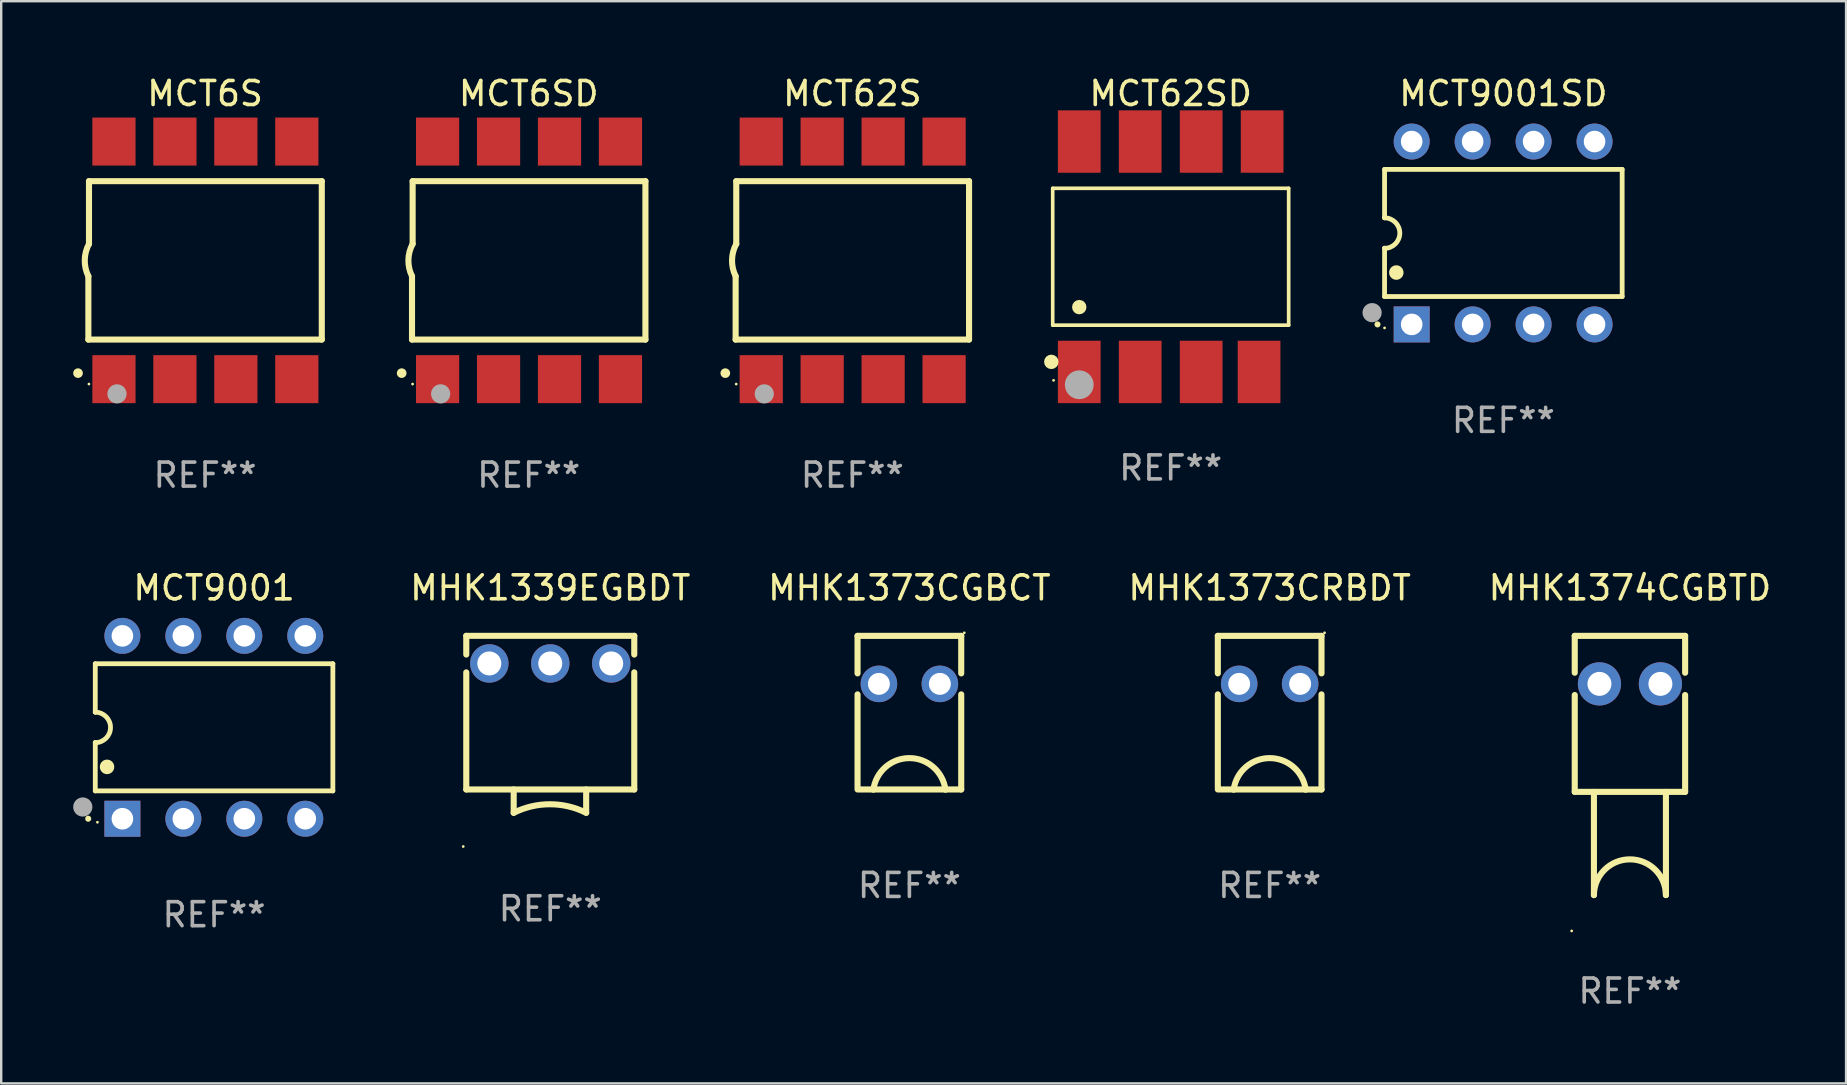
<source format=kicad_pcb>
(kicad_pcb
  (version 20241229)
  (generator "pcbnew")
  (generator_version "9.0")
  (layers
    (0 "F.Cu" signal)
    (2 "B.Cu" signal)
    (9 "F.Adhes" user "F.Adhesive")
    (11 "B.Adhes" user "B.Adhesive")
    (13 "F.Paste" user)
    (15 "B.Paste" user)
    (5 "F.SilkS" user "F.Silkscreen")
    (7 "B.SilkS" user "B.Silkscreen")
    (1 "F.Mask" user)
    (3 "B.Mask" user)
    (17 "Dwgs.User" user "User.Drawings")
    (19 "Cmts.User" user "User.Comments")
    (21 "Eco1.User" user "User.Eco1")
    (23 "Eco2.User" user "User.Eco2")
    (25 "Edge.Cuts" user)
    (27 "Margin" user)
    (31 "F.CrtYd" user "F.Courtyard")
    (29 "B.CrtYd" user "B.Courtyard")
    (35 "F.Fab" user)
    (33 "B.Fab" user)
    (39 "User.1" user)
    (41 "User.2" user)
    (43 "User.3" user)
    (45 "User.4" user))
  (footprint "MCT9001"
    (layer "F.Cu")
    (at 5.87 27.256)
    (property "Reference" "MCT9001" (at 0 -5.81 0) (layer "F.SilkS") (effects (font (size 1 1) (thickness 0.15))))
    (attr through_hole)
    (fp_line (start -4.95 -2.649) (end 4.95 -2.649) (stroke (width 0.2) (type solid)) (layer "F.SilkS"))
    (fp_line (start -4.95 -0.635) (end -4.95 -2.649) (stroke (width 0.2) (type solid)) (layer "F.SilkS"))
    (fp_line (start -4.95 0.635) (end -4.95 0.64) (stroke (width 0.2) (type solid)) (layer "F.SilkS"))
    (fp_line (start -4.95 2.649) (end -4.95 0.635) (stroke (width 0.2) (type solid)) (layer "F.SilkS"))
    (fp_line (start -4.95 -0.64) (end -4.95 -0.635) (stroke (width 0.2) (type solid)) (layer "F.SilkS"))
    (fp_line (start 4.95 -2.649) (end 4.95 2.649) (stroke (width 0.2) (type solid)) (layer "F.SilkS"))
    (fp_line (start 4.95 2.649) (end -4.95 2.649) (stroke (width 0.2) (type solid)) (layer "F.SilkS"))
    (fp_arc (start -5.24511 3.810058) (mid -5.245117 3.808788) (end -5.24511 3.807518) (stroke (width 0.25) (type solid)) (layer "F.SilkS"))
    (fp_arc (start -4.950165 -0.629946) (mid -4.315164 0.005055) (end -4.950165 0.640056) (stroke (width 0.2) (type solid)) (layer "F.SilkS"))
    (fp_arc (start -4.460249 1.651054) (mid -4.46026 1.648514) (end -4.460249 1.645974) (stroke (width 0.6) (type solid)) (layer "F.SilkS"))
    (fp_circle (center -4.86 3.956) (end -4.83 3.956) (stroke (width 0.06) (type solid)) (fill no) (layer "F.SilkS"))
    (fp_circle (center -5.47 3.32) (end -5.27 3.32) (stroke (width 0.4) (type solid)) (fill no) (layer "F.Fab"))
    (fp_text user "REF**" (at 0 7.81 0) (layer "F.Fab") (effects (font (size 1 1) (thickness 0.15))))
    (pad "1" thru_hole rect (at -3.82 3.81) (size 1.5 1.5) (drill 0.9) (layers "*.Cu" "*.Mask"))
    (pad "2" thru_hole circle (at -1.28 3.81) (size 1.5 1.5) (drill 0.9) (layers "*.Cu" "*.Mask"))
    (pad "3" thru_hole circle (at 1.26 3.81) (size 1.5 1.5) (drill 0.9) (layers "*.Cu" "*.Mask"))
    (pad "4" thru_hole circle (at 3.8 3.81) (size 1.5 1.5) (drill 0.9) (layers "*.Cu" "*.Mask"))
    (pad "5" thru_hole circle (at 3.8 -3.81) (size 1.5 1.5) (drill 0.9) (layers "*.Cu" "*.Mask"))
    (pad "6" thru_hole circle (at 1.26 -3.81) (size 1.5 1.5) (drill 0.9) (layers "*.Cu" "*.Mask"))
    (pad "7" thru_hole circle (at -1.28 -3.81) (size 1.5 1.5) (drill 0.9) (layers "*.Cu" "*.Mask"))
    (pad "8" thru_hole circle (at -3.82 -3.81) (size 1.5 1.5) (drill 0.9) (layers "*.Cu" "*.Mask")))
  (footprint "MCT6S"
    (layer "F.Cu")
    (at 5.495 7.799)
    (property "Reference" "MCT6S" (at 0 -6.95 0) (layer "F.SilkS") (effects (font (size 1 1) (thickness 0.15))))
    (attr through_hole)
    (fp_line (start -4.863 3.3) (end -4.863 0.66) (stroke (width 0.254) (type solid)) (layer "F.SilkS"))
    (fp_line (start -4.837 -3.3) (end -4.837 -0.686) (stroke (width 0.254) (type solid)) (layer "F.SilkS"))
    (fp_line (start -4.837 -3.3) (end 4.863 -3.3) (stroke (width 0.254) (type solid)) (layer "F.SilkS"))
    (fp_line (start 4.863 -3.3) (end 4.863 3.3) (stroke (width 0.254) (type solid)) (layer "F.SilkS"))
    (fp_line (start 4.863 3.3) (end -4.863 3.3) (stroke (width 0.254) (type solid)) (layer "F.SilkS"))
    (fp_arc (start -5.295212 4.699009) (mid -5.293942 4.699005) (end -5.292672 4.699009) (stroke (width 0.4) (type solid)) (layer "F.SilkS"))
    (fp_arc (start -4.863411 0.660401) (mid -5.013163 -0.015948) (end -4.836614 -0.685801) (stroke (width 0.254001) (type solid)) (layer "F.SilkS"))
    (fp_circle (center -4.839 5.154) (end -4.809 5.154) (stroke (width 0.06) (type solid)) (fill no) (layer "F.SilkS"))
    (fp_circle (center -3.67 5.563) (end -3.47 5.563) (stroke (width 0.4) (type solid)) (fill no) (layer "F.Fab"))
    (fp_text user "REF**" (at 0 8.95 0) (layer "F.Fab") (effects (font (size 1 1) (thickness 0.15))))
    (pad "1" smd rect (at -3.797 4.95) (size 1.8 2) (layers "F.Cu" "F.Mask" "F.Paste"))
    (pad "2" smd rect (at -1.257 4.95) (size 1.8 2) (layers "F.Cu" "F.Mask" "F.Paste"))
    (pad "3" smd rect (at 1.283 4.95) (size 1.8 2) (layers "F.Cu" "F.Mask" "F.Paste"))
    (pad "4" smd rect (at 3.823 4.95) (size 1.8 2) (layers "F.Cu" "F.Mask" "F.Paste"))
    (pad "5" smd rect (at 3.823 -4.95 180) (size 1.8 2) (layers "F.Cu" "F.Mask" "F.Paste"))
    (pad "6" smd rect (at 1.283 -4.95 180) (size 1.8 2) (layers "F.Cu" "F.Mask" "F.Paste"))
    (pad "7" smd rect (at -1.257 -4.95 180) (size 1.8 2) (layers "F.Cu" "F.Mask" "F.Paste"))
    (pad "8" smd rect (at -3.797 -4.95 180) (size 1.8 2) (layers "F.Cu" "F.Mask" "F.Paste")))
  (footprint "MHK1374CGBTD"
    (layer "F.Cu")
    (at 64.867 28.846)
    (property "Reference" "MHK1374CGBTD" (at 0 -7.4 0) (layer "F.SilkS") (effects (font (size 1 1) (thickness 0.15))))
    (attr through_hole)
    (fp_line (start -2.3 -5.4) (end -2.3 -3.864) (stroke (width 0.254) (type solid)) (layer "F.SilkS"))
    (fp_line (start -2.3 -5.4) (end 2.3 -5.4) (stroke (width 0.254) (type solid)) (layer "F.SilkS"))
    (fp_line (start -2.3 -2.936) (end -2.3 1.1) (stroke (width 0.254) (type solid)) (layer "F.SilkS"))
    (fp_line (start -2.3 1.1) (end 2.3 1.1) (stroke (width 0.254) (type solid)) (layer "F.SilkS"))
    (fp_line (start -1.5 1.1) (end -1.5 5.4) (stroke (width 0.254) (type solid)) (layer "F.SilkS"))
    (fp_line (start 1.5 1.1) (end 1.5 5.4) (stroke (width 0.254) (type solid)) (layer "F.SilkS"))
    (fp_line (start 2.3 -5.4) (end 2.3 -3.864) (stroke (width 0.254) (type solid)) (layer "F.SilkS"))
    (fp_line (start 2.3 -2.936) (end 2.3 1.1) (stroke (width 0.254) (type solid)) (layer "F.SilkS"))
    (fp_arc (start -1.501142 5.401104) (mid -0.001116 3.900546) (end 1.5 5.400013) (stroke (width 0.254001) (type solid)) (layer "F.SilkS"))
    (fp_circle (center -2.427 6.895) (end -2.397 6.895) (stroke (width 0.06) (type solid)) (fill no) (layer "F.SilkS"))
    (fp_text user "REF**" (at 0 9.4 0) (layer "F.Fab") (effects (font (size 1 1) (thickness 0.15))))
    (pad "1" thru_hole circle (at -1.27 -3.4) (size 1.8 1.8) (drill 1) (layers "*.Cu" "*.Mask"))
    (pad "2" thru_hole circle (at 1.27 -3.4) (size 1.8 1.8) (drill 1) (layers "*.Cu" "*.Mask")))
  (footprint "MHK1339EGBDT"
    (layer "F.Cu")
    (at 19.879 27.132)
    (property "Reference" "MHK1339EGBDT" (at 0 -5.687 0) (layer "F.SilkS") (effects (font (size 1 1) (thickness 0.15))))
    (attr through_hole)
    (fp_line (start -3.5 -3.687) (end -3.5 -2.908) (stroke (width 0.254) (type solid)) (layer "F.SilkS"))
    (fp_line (start -3.5 -3.687) (end 3.5 -3.687) (stroke (width 0.254) (type solid)) (layer "F.SilkS"))
    (fp_line (start -3.5 -2.165) (end -3.5 2.714) (stroke (width 0.254) (type solid)) (layer "F.SilkS"))
    (fp_line (start -3.5 2.714) (end 3.5 2.714) (stroke (width 0.254) (type solid)) (layer "F.SilkS"))
    (fp_line (start -1.524 3.687) (end -1.524 2.714) (stroke (width 0.254) (type solid)) (layer "F.SilkS"))
    (fp_line (start 1.496 3.686) (end 1.496 2.714) (stroke (width 0.254) (type solid)) (layer "F.SilkS"))
    (fp_line (start 3.5 -3.687) (end 3.5 -2.908) (stroke (width 0.254) (type solid)) (layer "F.SilkS"))
    (fp_line (start 3.5 -2.165) (end 3.5 2.714) (stroke (width 0.254) (type solid)) (layer "F.SilkS"))
    (fp_arc (start -1.524003 3.686513) (mid -0.013991 3.330346) (end 1.496063 3.686335) (stroke (width 0.254001) (type solid)) (layer "F.SilkS"))
    (fp_circle (center -3.627 5.091) (end -3.597 5.091) (stroke (width 0.06) (type solid)) (fill no) (layer "F.SilkS"))
    (fp_text user "REF**" (at 0 7.687 0) (layer "F.Fab") (effects (font (size 1 1) (thickness 0.15))))
    (pad "1" thru_hole circle (at -2.54 -2.537) (size 1.6 1.6) (drill 1) (layers "*.Cu" "*.Mask"))
    (pad "2" thru_hole circle (at 0 -2.537) (size 1.6 1.6) (drill 1) (layers "*.Cu" "*.Mask"))
    (pad "3" thru_hole circle (at 2.54 -2.537) (size 1.6 1.6) (drill 1) (layers "*.Cu" "*.Mask")))
  (footprint "MCT6SD"
    (layer "F.Cu")
    (at 18.981 7.799)
    (property "Reference" "MCT6SD" (at 0 -6.95 0) (layer "F.SilkS") (effects (font (size 1 1) (thickness 0.15))))
    (attr through_hole)
    (fp_line (start -4.863 3.3) (end -4.863 0.66) (stroke (width 0.254) (type solid)) (layer "F.SilkS"))
    (fp_line (start -4.837 -3.3) (end -4.837 -0.686) (stroke (width 0.254) (type solid)) (layer "F.SilkS"))
    (fp_line (start -4.837 -3.3) (end 4.863 -3.3) (stroke (width 0.254) (type solid)) (layer "F.SilkS"))
    (fp_line (start 4.863 -3.3) (end 4.863 3.3) (stroke (width 0.254) (type solid)) (layer "F.SilkS"))
    (fp_line (start 4.863 3.3) (end -4.863 3.3) (stroke (width 0.254) (type solid)) (layer "F.SilkS"))
    (fp_arc (start -5.295212 4.699009) (mid -5.293942 4.699005) (end -5.292672 4.699009) (stroke (width 0.4) (type solid)) (layer "F.SilkS"))
    (fp_arc (start -4.863411 0.660401) (mid -5.013163 -0.015948) (end -4.836614 -0.685801) (stroke (width 0.254001) (type solid)) (layer "F.SilkS"))
    (fp_circle (center -4.839 5.154) (end -4.809 5.154) (stroke (width 0.06) (type solid)) (fill no) (layer "F.SilkS"))
    (fp_circle (center -3.67 5.563) (end -3.47 5.563) (stroke (width 0.4) (type solid)) (fill no) (layer "F.Fab"))
    (fp_text user "REF**" (at 0 8.95 0) (layer "F.Fab") (effects (font (size 1 1) (thickness 0.15))))
    (pad "1" smd rect (at -3.797 4.95) (size 1.8 2) (layers "F.Cu" "F.Mask" "F.Paste"))
    (pad "2" smd rect (at -1.257 4.95) (size 1.8 2) (layers "F.Cu" "F.Mask" "F.Paste"))
    (pad "3" smd rect (at 1.283 4.95) (size 1.8 2) (layers "F.Cu" "F.Mask" "F.Paste"))
    (pad "4" smd rect (at 3.823 4.95) (size 1.8 2) (layers "F.Cu" "F.Mask" "F.Paste"))
    (pad "5" smd rect (at 3.823 -4.95 180) (size 1.8 2) (layers "F.Cu" "F.Mask" "F.Paste"))
    (pad "6" smd rect (at 1.283 -4.95 180) (size 1.8 2) (layers "F.Cu" "F.Mask" "F.Paste"))
    (pad "7" smd rect (at -1.257 -4.95 180) (size 1.8 2) (layers "F.Cu" "F.Mask" "F.Paste"))
    (pad "8" smd rect (at -3.797 -4.95 180) (size 1.8 2) (layers "F.Cu" "F.Mask" "F.Paste")))
  (footprint "MCT62SD"
    (layer "F.Cu")
    (at 45.731 7.648)
    (property "Reference" "MCT62SD" (at 0 -6.8 0) (layer "F.SilkS") (effects (font (size 1 1) (thickness 0.15))))
    (attr through_hole)
    (fp_line (start -4.916 -2.851) (end 4.916 -2.851) (stroke (width 0.152) (type solid)) (layer "F.SilkS"))
    (fp_line (start -4.916 2.851) (end -4.916 -2.851) (stroke (width 0.152) (type solid)) (layer "F.SilkS"))
    (fp_line (start 4.916 -2.851) (end 4.916 2.851) (stroke (width 0.152) (type solid)) (layer "F.SilkS"))
    (fp_line (start 4.916 2.851) (end -4.916 2.851) (stroke (width 0.152) (type solid)) (layer "F.SilkS"))
    (fp_circle (center -4.974 4.38) (end -4.823 4.38) (stroke (width 0.3) (type solid)) (fill no) (layer "F.SilkS"))
    (fp_circle (center -4.88 5.15) (end -4.85 5.15) (stroke (width 0.06) (type solid)) (fill no) (layer "F.SilkS"))
    (fp_circle (center -3.81 2.099) (end -3.66 2.099) (stroke (width 0.3) (type solid)) (fill no) (layer "F.SilkS"))
    (fp_circle (center -3.81 5.334) (end -3.51 5.334) (stroke (width 0.6) (type solid)) (fill no) (layer "F.Fab"))
    (fp_text user "REF**" (at 0 8.8 0) (layer "F.Fab") (effects (font (size 1 1) (thickness 0.15))))
    (pad "1" smd rect (at -3.81 4.8) (size 1.78 2.6) (layers "F.Cu" "F.Mask" "F.Paste"))
    (pad "2" smd rect (at -1.27 4.8) (size 1.78 2.6) (layers "F.Cu" "F.Mask" "F.Paste"))
    (pad "3" smd rect (at 1.27 4.8) (size 1.78 2.6) (layers "F.Cu" "F.Mask" "F.Paste"))
    (pad "4" smd rect (at 3.683 4.8) (size 1.78 2.6) (layers "F.Cu" "F.Mask" "F.Paste"))
    (pad "5" smd rect (at 3.81 -4.8) (size 1.78 2.6) (layers "F.Cu" "F.Mask" "F.Paste"))
    (pad "6" smd rect (at 1.27 -4.8) (size 1.78 2.6) (layers "F.Cu" "F.Mask" "F.Paste"))
    (pad "7" smd rect (at -1.27 -4.8) (size 1.78 2.6) (layers "F.Cu" "F.Mask" "F.Paste"))
    (pad "8" smd rect (at -3.81 -4.8) (size 1.78 2.6) (layers "F.Cu" "F.Mask" "F.Paste")))
  (footprint "MHK1373CRBDT"
    (layer "F.Cu")
    (at 49.855 26.646)
    (property "Reference" "MHK1373CRBDT" (at 0 -5.2 0) (layer "F.SilkS") (effects (font (size 1 1) (thickness 0.15))))
    (attr through_hole)
    (fp_line (start -2.16 -3.2) (end -2.16 -1.638) (stroke (width 0.254) (type solid)) (layer "F.SilkS"))
    (fp_line (start -2.16 -0.762) (end -2.16 3.118) (stroke (width 0.254) (type solid)) (layer "F.SilkS"))
    (fp_line (start -2.16 3.2) (end 2.16 3.2) (stroke (width 0.254) (type solid)) (layer "F.SilkS"))
    (fp_line (start 2.16 -3.2) (end -2.16 -3.2) (stroke (width 0.254) (type solid)) (layer "F.SilkS"))
    (fp_line (start 2.16 -1.637) (end 2.16 -3.2) (stroke (width 0.254) (type solid)) (layer "F.SilkS"))
    (fp_line (start 2.16 3.2) (end 2.16 -0.762) (stroke (width 0.254) (type solid)) (layer "F.SilkS"))
    (fp_arc (start -1.49962 3.209449) (mid 0.001476 1.893116) (end 1.501524 3.210643) (stroke (width 0.254001) (type solid)) (layer "F.SilkS"))
    (fp_circle (center 2.287 -3.327) (end 2.317 -3.327) (stroke (width 0.06) (type solid)) (fill no) (layer "F.SilkS"))
    (fp_text user "REF**" (at 0 7.2 0) (layer "F.Fab") (effects (font (size 1 1) (thickness 0.15))))
    (pad "1" thru_hole circle (at 1.27 -1.2) (size 1.524 1.524) (drill 0.914) (layers "*.Cu" "*.Mask"))
    (pad "2" thru_hole circle (at -1.27 -1.2) (size 1.524 1.524) (drill 0.914) (layers "*.Cu" "*.Mask")))
  (footprint "MCT62S"
    (layer "F.Cu")
    (at 32.466 7.799)
    (property "Reference" "MCT62S" (at 0 -6.95 0) (layer "F.SilkS") (effects (font (size 1 1) (thickness 0.15))))
    (attr through_hole)
    (fp_line (start -4.863 3.3) (end -4.863 0.66) (stroke (width 0.254) (type solid)) (layer "F.SilkS"))
    (fp_line (start -4.837 -3.3) (end -4.837 -0.686) (stroke (width 0.254) (type solid)) (layer "F.SilkS"))
    (fp_line (start -4.837 -3.3) (end 4.863 -3.3) (stroke (width 0.254) (type solid)) (layer "F.SilkS"))
    (fp_line (start 4.863 -3.3) (end 4.863 3.3) (stroke (width 0.254) (type solid)) (layer "F.SilkS"))
    (fp_line (start 4.863 3.3) (end -4.863 3.3) (stroke (width 0.254) (type solid)) (layer "F.SilkS"))
    (fp_arc (start -5.295212 4.699009) (mid -5.293942 4.699005) (end -5.292672 4.699009) (stroke (width 0.4) (type solid)) (layer "F.SilkS"))
    (fp_arc (start -4.863411 0.660401) (mid -5.013163 -0.015948) (end -4.836614 -0.685801) (stroke (width 0.254001) (type solid)) (layer "F.SilkS"))
    (fp_circle (center -4.839 5.154) (end -4.809 5.154) (stroke (width 0.06) (type solid)) (fill no) (layer "F.SilkS"))
    (fp_circle (center -3.67 5.563) (end -3.47 5.563) (stroke (width 0.4) (type solid)) (fill no) (layer "F.Fab"))
    (fp_text user "REF**" (at 0 8.95 0) (layer "F.Fab") (effects (font (size 1 1) (thickness 0.15))))
    (pad "1" smd rect (at -3.797 4.95) (size 1.8 2) (layers "F.Cu" "F.Mask" "F.Paste"))
    (pad "2" smd rect (at -1.257 4.95) (size 1.8 2) (layers "F.Cu" "F.Mask" "F.Paste"))
    (pad "3" smd rect (at 1.283 4.95) (size 1.8 2) (layers "F.Cu" "F.Mask" "F.Paste"))
    (pad "4" smd rect (at 3.823 4.95) (size 1.8 2) (layers "F.Cu" "F.Mask" "F.Paste"))
    (pad "5" smd rect (at 3.823 -4.95 180) (size 1.8 2) (layers "F.Cu" "F.Mask" "F.Paste"))
    (pad "6" smd rect (at 1.283 -4.95 180) (size 1.8 2) (layers "F.Cu" "F.Mask" "F.Paste"))
    (pad "7" smd rect (at -1.257 -4.95 180) (size 1.8 2) (layers "F.Cu" "F.Mask" "F.Paste"))
    (pad "8" smd rect (at -3.797 -4.95 180) (size 1.8 2) (layers "F.Cu" "F.Mask" "F.Paste")))
  (footprint "MCT9001SD"
    (layer "F.Cu")
    (at 59.593 6.658)
    (property "Reference" "MCT9001SD" (at 0 -5.81 0) (layer "F.SilkS") (effects (font (size 1 1) (thickness 0.15))))
    (attr through_hole)
    (fp_line (start -4.95 -2.649) (end 4.95 -2.649) (stroke (width 0.2) (type solid)) (layer "F.SilkS"))
    (fp_line (start -4.95 -0.635) (end -4.95 -2.649) (stroke (width 0.2) (type solid)) (layer "F.SilkS"))
    (fp_line (start -4.95 0.635) (end -4.95 0.64) (stroke (width 0.2) (type solid)) (layer "F.SilkS"))
    (fp_line (start -4.95 2.649) (end -4.95 0.635) (stroke (width 0.2) (type solid)) (layer "F.SilkS"))
    (fp_line (start -4.95 -0.64) (end -4.95 -0.635) (stroke (width 0.2) (type solid)) (layer "F.SilkS"))
    (fp_line (start 4.95 -2.649) (end 4.95 2.649) (stroke (width 0.2) (type solid)) (layer "F.SilkS"))
    (fp_line (start 4.95 2.649) (end -4.95 2.649) (stroke (width 0.2) (type solid)) (layer "F.SilkS"))
    (fp_arc (start -5.24511 3.810008) (mid -5.245117 3.808738) (end -5.24511 3.807468) (stroke (width 0.25) (type solid)) (layer "F.SilkS"))
    (fp_arc (start -4.950165 -0.629997) (mid -4.315164 0.005004) (end -4.950165 0.640005) (stroke (width 0.2) (type solid)) (layer "F.SilkS"))
    (fp_arc (start -4.460249 1.651003) (mid -4.46026 1.648463) (end -4.460249 1.645923) (stroke (width 0.6) (type solid)) (layer "F.SilkS"))
    (fp_circle (center -4.95 3.956) (end -4.92 3.956) (stroke (width 0.06) (type solid)) (fill no) (layer "F.SilkS"))
    (fp_circle (center -5.47 3.32) (end -5.27 3.32) (stroke (width 0.4) (type solid)) (fill no) (layer "F.Fab"))
    (fp_text user "REF**" (at 0 7.81 0) (layer "F.Fab") (effects (font (size 1 1) (thickness 0.15))))
    (pad "1" thru_hole rect (at -3.82 3.81) (size 1.5 1.5) (drill 0.9) (layers "*.Cu" "*.Mask"))
    (pad "2" thru_hole circle (at -1.28 3.81) (size 1.5 1.5) (drill 0.9) (layers "*.Cu" "*.Mask"))
    (pad "3" thru_hole circle (at 1.26 3.81) (size 1.5 1.5) (drill 0.9) (layers "*.Cu" "*.Mask"))
    (pad "4" thru_hole circle (at 3.8 3.81) (size 1.5 1.5) (drill 0.9) (layers "*.Cu" "*.Mask"))
    (pad "5" thru_hole circle (at 3.8 -3.81) (size 1.5 1.5) (drill 0.9) (layers "*.Cu" "*.Mask"))
    (pad "6" thru_hole circle (at 1.26 -3.81) (size 1.5 1.5) (drill 0.9) (layers "*.Cu" "*.Mask"))
    (pad "7" thru_hole circle (at -1.28 -3.81) (size 1.5 1.5) (drill 0.9) (layers "*.Cu" "*.Mask"))
    (pad "8" thru_hole circle (at -3.82 -3.81) (size 1.5 1.5) (drill 0.9) (layers "*.Cu" "*.Mask")))
  (footprint "MHK1373CGBCT"
    (layer "F.Cu")
    (at 34.843 26.646)
    (property "Reference" "MHK1373CGBCT" (at 0 -5.2 0) (layer "F.SilkS") (effects (font (size 1 1) (thickness 0.15))))
    (attr through_hole)
    (fp_line (start -2.16 -3.2) (end -2.16 -1.638) (stroke (width 0.254) (type solid)) (layer "F.SilkS"))
    (fp_line (start -2.16 -0.762) (end -2.16 3.118) (stroke (width 0.254) (type solid)) (layer "F.SilkS"))
    (fp_line (start -2.16 3.2) (end 2.16 3.2) (stroke (width 0.254) (type solid)) (layer "F.SilkS"))
    (fp_line (start 2.16 -3.2) (end -2.16 -3.2) (stroke (width 0.254) (type solid)) (layer "F.SilkS"))
    (fp_line (start 2.16 -1.637) (end 2.16 -3.2) (stroke (width 0.254) (type solid)) (layer "F.SilkS"))
    (fp_line (start 2.16 3.2) (end 2.16 -0.762) (stroke (width 0.254) (type solid)) (layer "F.SilkS"))
    (fp_arc (start -1.49962 3.209449) (mid 0.001476 1.893116) (end 1.501524 3.210643) (stroke (width 0.254001) (type solid)) (layer "F.SilkS"))
    (fp_circle (center 2.287 -3.327) (end 2.317 -3.327) (stroke (width 0.06) (type solid)) (fill no) (layer "F.SilkS"))
    (fp_text user "REF**" (at 0 7.2 0) (layer "F.Fab") (effects (font (size 1 1) (thickness 0.15))))
    (pad "1" thru_hole circle (at 1.27 -1.2) (size 1.524 1.524) (drill 0.914) (layers "*.Cu" "*.Mask"))
    (pad "2" thru_hole circle (at -1.27 -1.2) (size 1.524 1.524) (drill 0.914) (layers "*.Cu" "*.Mask")))
  (gr_rect
    (start -3 -3)
    (end 73.873 42.094)
    (stroke (width 0.1) (type default))
    (fill no)
    (layer "Edge.Cuts")))
</source>
